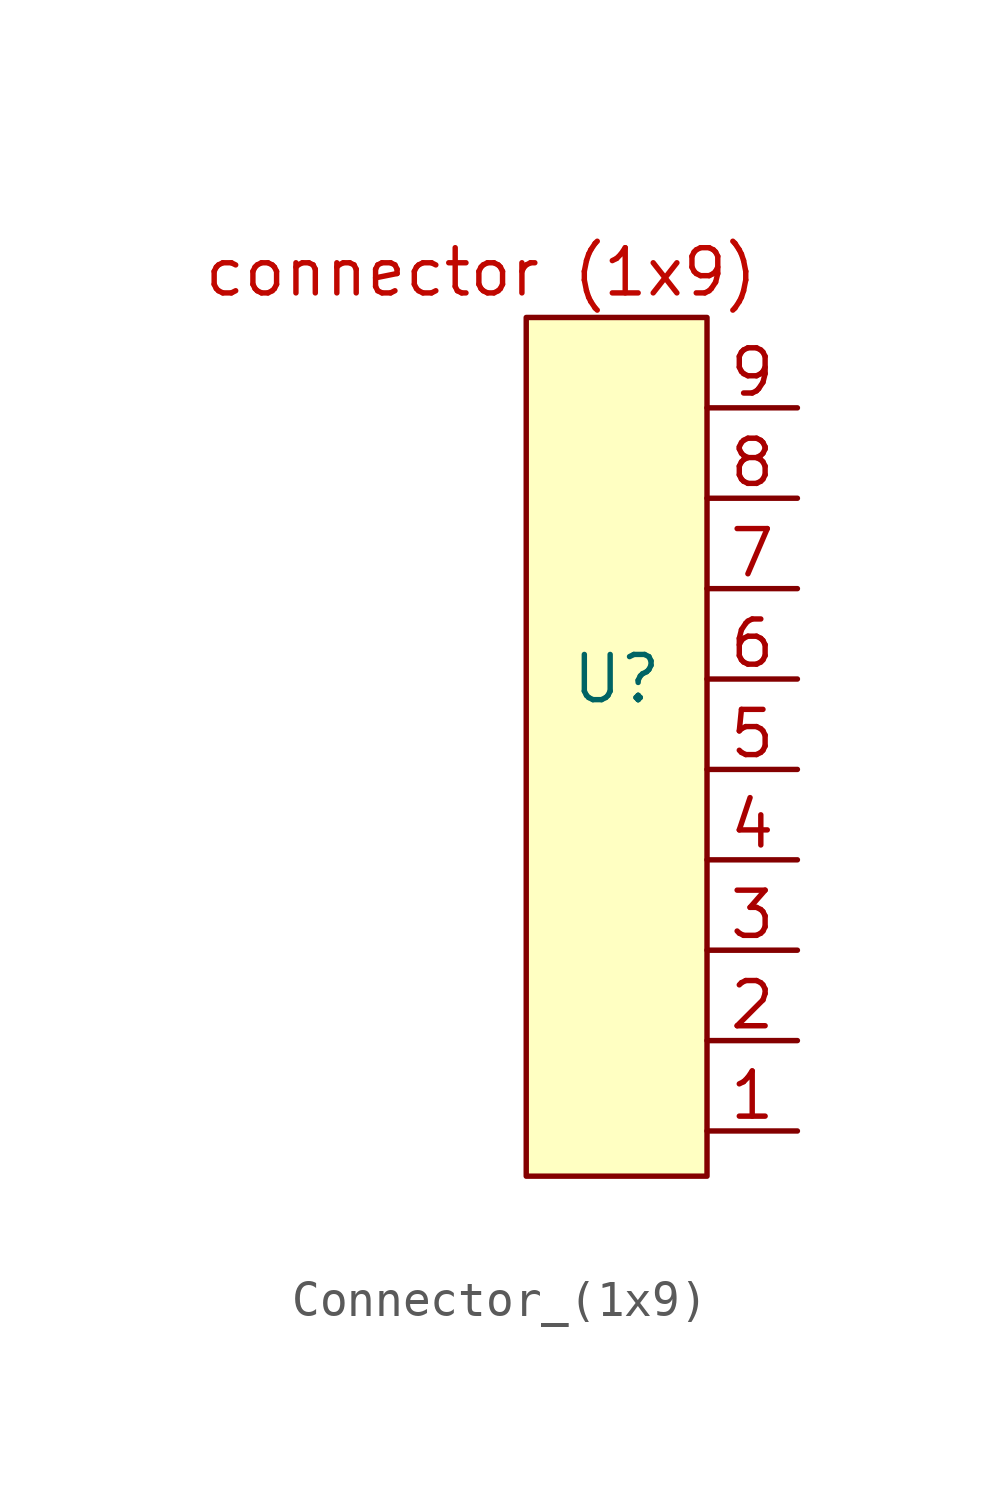
<source format=kicad_sym>
(kicad_symbol_lib
  (version 20220914)
  (generator kicad_symbol_editor)
  (symbol "Connector_(1x9)"
    (property "Reference" "U"
      (at 0 0 0)
      (effects (font (size 1.27 1.27))))
    (property "Value" ""
      (at 0 0 0)
      (effects (font (size 1.27 1.27))))
    (symbol "Connector_(1x9)_1_1"
      (rectangle (start -2.54 10.16) (end 2.54 -13.97) (stroke (width 0) (type default)) (fill (type background)))
      (text "connector (1x9)" (at -3.81 11.43 0) (effects (font (size 1.27 1.27) (color 192 7 0 1))))
      (pin input line (at 2.54 -12.7 0) (length 2.54) (name "" (effects (font (size 1.27 1.27)))) (number "1" (effects (font (size 1.27 1.27)))))
      (pin input line (at 2.54 -10.16 0) (length 2.54) (name "" (effects (font (size 1.27 1.27)))) (number "2" (effects (font (size 1.27 1.27)))))
      (pin input line (at 2.54 -7.62 0) (length 2.54) (name "" (effects (font (size 1.27 1.27)))) (number "3" (effects (font (size 1.27 1.27)))))
      (pin input line (at 2.54 -5.08 0) (length 2.54) (name "" (effects (font (size 1.27 1.27)))) (number "4" (effects (font (size 1.27 1.27)))))
      (pin input line (at 2.54 -2.54 0) (length 2.54) (name "" (effects (font (size 1.27 1.27)))) (number "5" (effects (font (size 1.27 1.27)))))
      (pin input line (at 2.54 0 0) (length 2.54) (name "" (effects (font (size 1.27 1.27)))) (number "6" (effects (font (size 1.27 1.27)))))
      (pin input line (at 2.54 2.54 0) (length 2.54) (name "" (effects (font (size 1.27 1.27)))) (number "7" (effects (font (size 1.27 1.27)))))
      (pin input line (at 2.54 5.08 0) (length 2.54) (name "" (effects (font (size 1.27 1.27)))) (number "8" (effects (font (size 1.27 1.27)))))
      (pin input line (at 2.54 7.62 0) (length 2.54) (name "" (effects (font (size 1.27 1.27)))) (number "9" (effects (font (size 1.27 1.27))))))))
</source>
